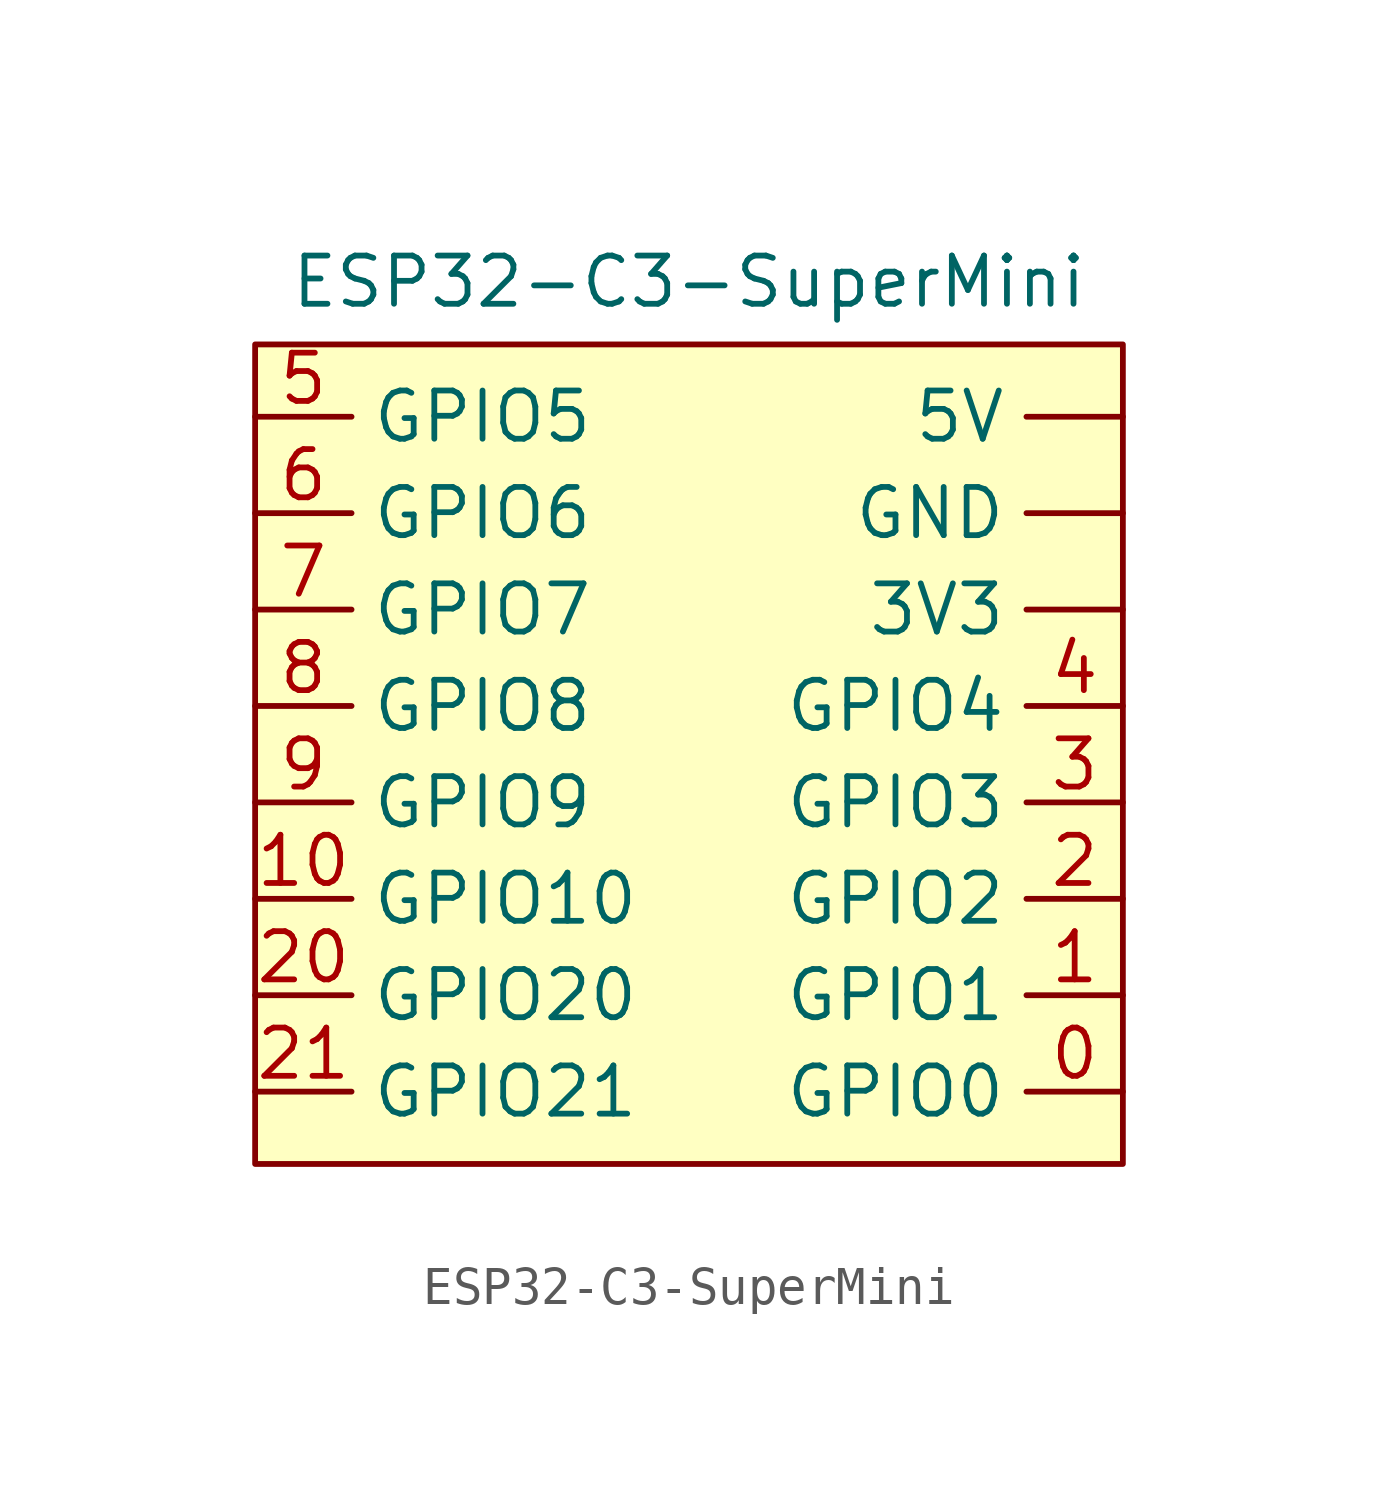
<source format=kicad_sym>
(kicad_symbol_lib
  (version 20241209)
  (generator "kicad_symbol_editor")
  (generator_version "9.0")
  (symbol "ESP32-C3-SuperMini"
    (property "Reference" "U"
      (at 0 17.018 0)
      (effects (font (size 1.27 1.27)) (hide yes)))
    (property "Value" "ESP32-C3-SuperMini"
      (at 0 14.986 0)
      (effects (font (size 1.27 1.27))))
    (symbol "ESP32-C3-SuperMini_1_1"
      (rectangle (start -11.43 13.335) (end 11.43 -8.255) (stroke (width 0) (type solid)) (fill (type background)))
      (pin bidirectional line (at -11.43 11.43 0) (length 2.54) (name "GPIO5" (effects (font (size 1.27 1.27)))) (number "5" (effects (font (size 1.27 1.27)))))
      (pin bidirectional line (at -11.43 8.89 0) (length 2.54) (name "GPIO6" (effects (font (size 1.27 1.27)))) (number "6" (effects (font (size 1.27 1.27)))))
      (pin bidirectional line (at -11.43 6.35 0) (length 2.54) (name "GPIO7" (effects (font (size 1.27 1.27)))) (number "7" (effects (font (size 1.27 1.27)))))
      (pin bidirectional line (at -11.43 3.81 0) (length 2.54) (name "GPIO8" (effects (font (size 1.27 1.27)))) (number "8" (effects (font (size 1.27 1.27)))))
      (pin bidirectional line (at -11.43 1.27 0) (length 2.54) (name "GPIO9" (effects (font (size 1.27 1.27)))) (number "9" (effects (font (size 1.27 1.27)))))
      (pin bidirectional line (at -11.43 -1.27 0) (length 2.54) (name "GPIO10" (effects (font (size 1.27 1.27)))) (number "10" (effects (font (size 1.27 1.27)))))
      (pin bidirectional line (at -11.43 -3.81 0) (length 2.54) (name "GPIO20" (effects (font (size 1.27 1.27)))) (number "20" (effects (font (size 1.27 1.27)))))
      (pin bidirectional line (at -11.43 -6.35 0) (length 2.54) (name "GPIO21" (effects (font (size 1.27 1.27)))) (number "21" (effects (font (size 1.27 1.27)))))
      (pin power_in line (at 11.43 11.43 180) (length 2.54) (name "5V" (effects (font (size 1.27 1.27)))) (number "" (effects (font (size 1.27 1.27)))))
      (pin power_in line (at 11.43 8.89 180) (length 2.54) (name "GND" (effects (font (size 1.27 1.27)))) (number "" (effects (font (size 1.27 1.27)))))
      (pin power_in line (at 11.43 6.35 180) (length 2.54) (name "3V3" (effects (font (size 1.27 1.27)))) (number "" (effects (font (size 1.27 1.27)))))
      (pin bidirectional line (at 11.43 3.81 180) (length 2.54) (name "GPIO4" (effects (font (size 1.27 1.27)))) (number "4" (effects (font (size 1.27 1.27)))))
      (pin bidirectional line (at 11.43 1.27 180) (length 2.54) (name "GPIO3" (effects (font (size 1.27 1.27)))) (number "3" (effects (font (size 1.27 1.27)))))
      (pin bidirectional line (at 11.43 -1.27 180) (length 2.54) (name "GPIO2" (effects (font (size 1.27 1.27)))) (number "2" (effects (font (size 1.27 1.27)))))
      (pin bidirectional line (at 11.43 -3.81 180) (length 2.54) (name "GPIO1" (effects (font (size 1.27 1.27)))) (number "1" (effects (font (size 1.27 1.27)))))
      (pin bidirectional line (at 11.43 -6.35 180) (length 2.54) (name "GPIO0" (effects (font (size 1.27 1.27)))) (number "0" (effects (font (size 1.27 1.27))))))))
</source>
